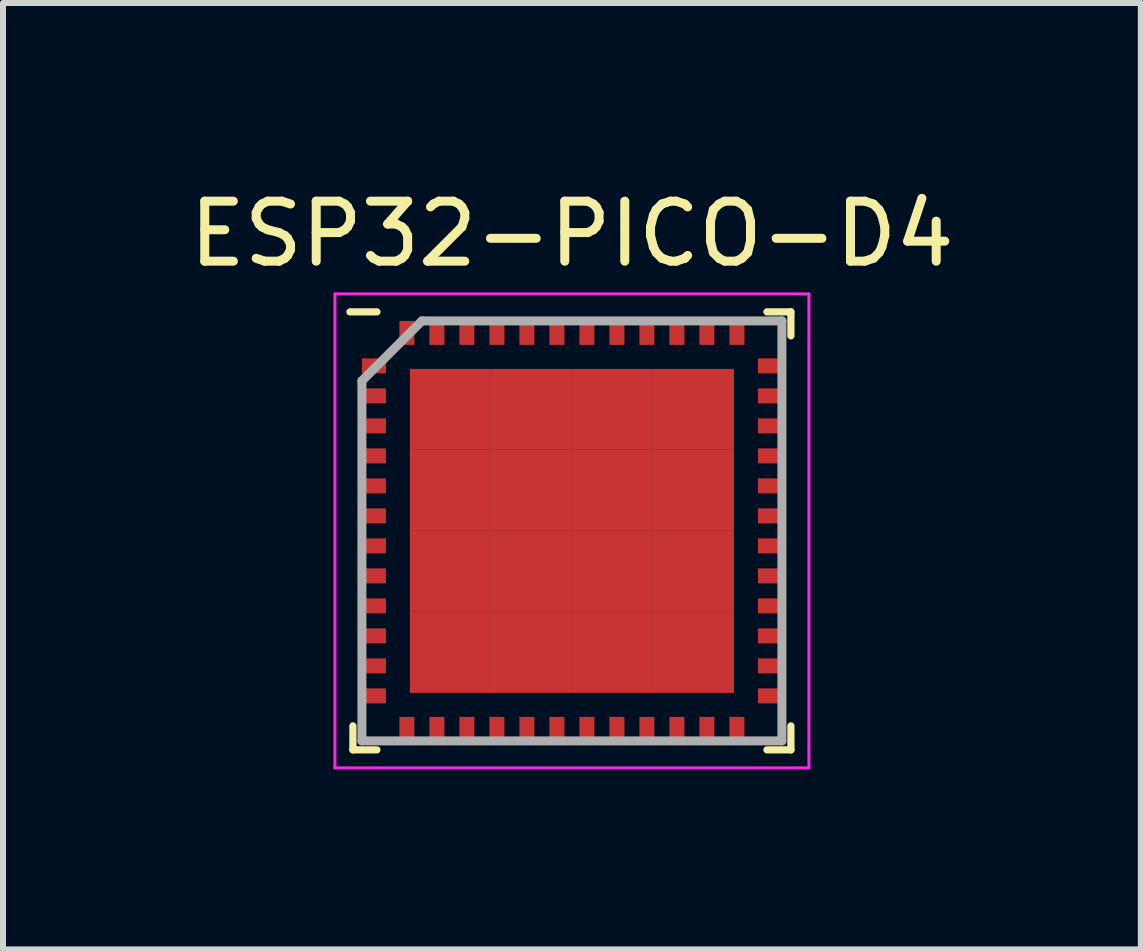
<source format=kicad_pcb>
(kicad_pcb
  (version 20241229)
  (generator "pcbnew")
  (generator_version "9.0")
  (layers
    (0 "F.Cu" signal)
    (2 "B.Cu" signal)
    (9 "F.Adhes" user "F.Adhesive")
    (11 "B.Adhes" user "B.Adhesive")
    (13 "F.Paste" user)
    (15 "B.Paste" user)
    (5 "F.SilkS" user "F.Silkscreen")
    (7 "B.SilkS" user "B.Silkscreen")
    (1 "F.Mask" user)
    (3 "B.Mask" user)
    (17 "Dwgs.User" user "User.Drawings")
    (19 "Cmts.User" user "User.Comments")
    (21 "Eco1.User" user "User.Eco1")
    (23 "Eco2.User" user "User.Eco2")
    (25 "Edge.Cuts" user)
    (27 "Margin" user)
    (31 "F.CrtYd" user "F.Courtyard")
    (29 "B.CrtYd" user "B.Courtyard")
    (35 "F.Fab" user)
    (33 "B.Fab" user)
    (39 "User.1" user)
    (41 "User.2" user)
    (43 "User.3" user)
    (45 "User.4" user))
  (footprint "ESP32-PICO-D4"
    (layer "F.Cu")
    (at 6.482 5.798)
    (property "Reference" "ESP32-PICO-D4" (at 0 -4.95 0) (layer "F.SilkS") (effects (font (size 1 1) (thickness 0.15))))
    (attr smd)
    (fp_line (start -3.65 3.65) (end -3.65 3.25) (stroke (width 0.12) (type solid)) (layer "F.SilkS"))
    (fp_line (start -3.25 -3.65) (end -3.7 -3.65) (stroke (width 0.12) (type solid)) (layer "F.SilkS"))
    (fp_line (start -3.25 3.65) (end -3.65 3.65) (stroke (width 0.12) (type solid)) (layer "F.SilkS"))
    (fp_line (start 3.25 -3.65) (end 3.65 -3.65) (stroke (width 0.12) (type solid)) (layer "F.SilkS"))
    (fp_line (start 3.25 3.65) (end 3.65 3.65) (stroke (width 0.12) (type solid)) (layer "F.SilkS"))
    (fp_line (start 3.65 -3.65) (end 3.65 -3.25) (stroke (width 0.12) (type solid)) (layer "F.SilkS"))
    (fp_line (start 3.65 3.65) (end 3.65 3.25) (stroke (width 0.12) (type solid)) (layer "F.SilkS"))
    (fp_line (start -3.95 -3.95) (end 3.95 -3.95) (stroke (width 0.05) (type solid)) (layer "F.CrtYd"))
    (fp_line (start -3.95 3.95) (end -3.95 -3.95) (stroke (width 0.05) (type solid)) (layer "F.CrtYd"))
    (fp_line (start 3.95 -3.95) (end 3.95 3.95) (stroke (width 0.05) (type solid)) (layer "F.CrtYd"))
    (fp_line (start 3.95 3.95) (end -3.95 3.95) (stroke (width 0.05) (type solid)) (layer "F.CrtYd"))
    (fp_line (start -3.5 -2.5) (end -3.5 3.5) (stroke (width 0.15) (type solid)) (layer "F.Fab"))
    (fp_line (start -3.5 3.5) (end 3.5 3.5) (stroke (width 0.15) (type solid)) (layer "F.Fab"))
    (fp_line (start -2.5 -3.5) (end -3.5 -2.5) (stroke (width 0.15) (type solid)) (layer "F.Fab"))
    (fp_line (start 3.5 -3.5) (end -2.5 -3.5) (stroke (width 0.15) (type solid)) (layer "F.Fab"))
    (fp_line (start 3.5 3.5) (end 3.5 -3.5) (stroke (width 0.15) (type solid)) (layer "F.Fab"))
    (pad "1" smd rect (at -3.3 -2.75 90) (size 0.25 0.4) (layers "F.Cu" "F.Mask" "F.Paste"))
    (pad "2" smd rect (at -3.3 -2.25 90) (size 0.25 0.4) (layers "F.Cu" "F.Mask" "F.Paste"))
    (pad "3" smd rect (at -3.3 -1.75 90) (size 0.25 0.4) (layers "F.Cu" "F.Mask" "F.Paste"))
    (pad "4" smd rect (at -3.3 -1.25 90) (size 0.25 0.4) (layers "F.Cu" "F.Mask" "F.Paste"))
    (pad "5" smd rect (at -3.3 -0.75 90) (size 0.25 0.4) (layers "F.Cu" "F.Mask" "F.Paste"))
    (pad "6" smd rect (at -3.3 -0.25 90) (size 0.25 0.4) (layers "F.Cu" "F.Mask" "F.Paste"))
    (pad "7" smd rect (at -3.3 0.25 90) (size 0.25 0.4) (layers "F.Cu" "F.Mask" "F.Paste"))
    (pad "8" smd rect (at -3.3 0.75 90) (size 0.25 0.4) (layers "F.Cu" "F.Mask" "F.Paste"))
    (pad "9" smd rect (at -3.3 1.25 90) (size 0.25 0.4) (layers "F.Cu" "F.Mask" "F.Paste"))
    (pad "10" smd rect (at -3.3 1.75 90) (size 0.25 0.4) (layers "F.Cu" "F.Mask" "F.Paste"))
    (pad "11" smd rect (at -3.3 2.25 90) (size 0.25 0.4) (layers "F.Cu" "F.Mask" "F.Paste"))
    (pad "12" smd rect (at -3.3 2.75 90) (size 0.25 0.4) (layers "F.Cu" "F.Mask" "F.Paste"))
    (pad "13" smd rect (at -2.75 3.3) (size 0.25 0.4) (layers "F.Cu" "F.Mask" "F.Paste"))
    (pad "14" smd rect (at -2.25 3.3) (size 0.25 0.4) (layers "F.Cu" "F.Mask" "F.Paste"))
    (pad "15" smd rect (at -1.75 3.3) (size 0.25 0.4) (layers "F.Cu" "F.Mask" "F.Paste"))
    (pad "16" smd rect (at -1.25 3.3) (size 0.25 0.4) (layers "F.Cu" "F.Mask" "F.Paste"))
    (pad "17" smd rect (at -0.75 3.3) (size 0.25 0.4) (layers "F.Cu" "F.Mask" "F.Paste"))
    (pad "18" smd rect (at -0.25 3.3) (size 0.25 0.4) (layers "F.Cu" "F.Mask" "F.Paste"))
    (pad "19" smd rect (at 0.25 3.3) (size 0.25 0.4) (layers "F.Cu" "F.Mask" "F.Paste"))
    (pad "20" smd rect (at 0.75 3.3) (size 0.25 0.4) (layers "F.Cu" "F.Mask" "F.Paste"))
    (pad "21" smd rect (at 1.25 3.3) (size 0.25 0.4) (layers "F.Cu" "F.Mask" "F.Paste"))
    (pad "22" smd rect (at 1.75 3.3) (size 0.25 0.4) (layers "F.Cu" "F.Mask" "F.Paste"))
    (pad "23" smd rect (at 2.25 3.3) (size 0.25 0.4) (layers "F.Cu" "F.Mask" "F.Paste"))
    (pad "24" smd rect (at 2.75 3.3) (size 0.25 0.4) (layers "F.Cu" "F.Mask" "F.Paste"))
    (pad "25" smd rect (at 3.3 2.75 90) (size 0.25 0.4) (layers "F.Cu" "F.Mask" "F.Paste"))
    (pad "26" smd rect (at 3.3 2.25 90) (size 0.25 0.4) (layers "F.Cu" "F.Mask" "F.Paste"))
    (pad "27" smd rect (at 3.3 1.75 90) (size 0.25 0.4) (layers "F.Cu" "F.Mask" "F.Paste"))
    (pad "28" smd rect (at 3.3 1.25 90) (size 0.25 0.4) (layers "F.Cu" "F.Mask" "F.Paste"))
    (pad "29" smd rect (at 3.3 0.75 90) (size 0.25 0.4) (layers "F.Cu" "F.Mask" "F.Paste"))
    (pad "30" smd rect (at 3.3 0.25 90) (size 0.25 0.4) (layers "F.Cu" "F.Mask" "F.Paste"))
    (pad "31" smd rect (at 3.3 -0.25 90) (size 0.25 0.4) (layers "F.Cu" "F.Mask" "F.Paste"))
    (pad "32" smd rect (at 3.3 -0.75 90) (size 0.25 0.4) (layers "F.Cu" "F.Mask" "F.Paste"))
    (pad "33" smd rect (at 3.3 -1.25 90) (size 0.25 0.4) (layers "F.Cu" "F.Mask" "F.Paste"))
    (pad "34" smd rect (at 3.3 -1.75 90) (size 0.25 0.4) (layers "F.Cu" "F.Mask" "F.Paste"))
    (pad "35" smd rect (at 3.3 -2.25 90) (size 0.25 0.4) (layers "F.Cu" "F.Mask" "F.Paste"))
    (pad "36" smd rect (at 3.3 -2.75 90) (size 0.25 0.4) (layers "F.Cu" "F.Mask" "F.Paste"))
    (pad "37" smd rect (at 2.75 -3.3) (size 0.25 0.4) (layers "F.Cu" "F.Mask" "F.Paste"))
    (pad "38" smd rect (at 2.25 -3.3) (size 0.25 0.4) (layers "F.Cu" "F.Mask" "F.Paste"))
    (pad "39" smd rect (at 1.75 -3.3) (size 0.25 0.4) (layers "F.Cu" "F.Mask" "F.Paste"))
    (pad "40" smd rect (at 1.25 -3.3) (size 0.25 0.4) (layers "F.Cu" "F.Mask" "F.Paste"))
    (pad "41" smd rect (at 0.75 -3.3) (size 0.25 0.4) (layers "F.Cu" "F.Mask" "F.Paste"))
    (pad "42" smd rect (at 0.25 -3.3) (size 0.25 0.4) (layers "F.Cu" "F.Mask" "F.Paste"))
    (pad "43" smd rect (at -0.25 -3.3) (size 0.25 0.4) (layers "F.Cu" "F.Mask" "F.Paste"))
    (pad "44" smd rect (at -0.75 -3.3) (size 0.25 0.4) (layers "F.Cu" "F.Mask" "F.Paste"))
    (pad "45" smd rect (at -1.25 -3.3) (size 0.25 0.4) (layers "F.Cu" "F.Mask" "F.Paste"))
    (pad "46" smd rect (at -1.75 -3.3) (size 0.25 0.4) (layers "F.Cu" "F.Mask" "F.Paste"))
    (pad "47" smd rect (at -2.25 -3.3) (size 0.25 0.4) (layers "F.Cu" "F.Mask" "F.Paste"))
    (pad "48" smd rect (at -2.75 -3.3) (size 0.25 0.4) (layers "F.Cu" "F.Mask" "F.Paste"))
    (pad "49" smd rect (at -2.025 -2.025) (size 1.35 1.35) (layers "F.Cu" "F.Mask" "F.Paste"))
    (pad "49" smd rect (at -2.025 -0.675) (size 1.35 1.35) (layers "F.Cu" "F.Mask" "F.Paste"))
    (pad "49" smd rect (at -2.025 0.675) (size 1.35 1.35) (layers "F.Cu" "F.Mask" "F.Paste"))
    (pad "49" smd rect (at -2.025 2.025) (size 1.35 1.35) (layers "F.Cu" "F.Mask" "F.Paste"))
    (pad "49" smd rect (at -0.675 -2.025) (size 1.35 1.35) (layers "F.Cu" "F.Mask" "F.Paste"))
    (pad "49" smd rect (at -0.675 -0.675) (size 1.35 1.35) (layers "F.Cu" "F.Mask" "F.Paste"))
    (pad "49" smd rect (at -0.675 0.675) (size 1.35 1.35) (layers "F.Cu" "F.Mask" "F.Paste"))
    (pad "49" smd rect (at -0.675 2.025) (size 1.35 1.35) (layers "F.Cu" "F.Mask" "F.Paste"))
    (pad "49" smd rect (at 0.675 -2.025) (size 1.35 1.35) (layers "F.Cu" "F.Mask" "F.Paste"))
    (pad "49" smd rect (at 0.675 -0.675) (size 1.35 1.35) (layers "F.Cu" "F.Mask" "F.Paste"))
    (pad "49" smd rect (at 0.675 0.675) (size 1.35 1.35) (layers "F.Cu" "F.Mask" "F.Paste"))
    (pad "49" smd rect (at 0.675 2.025) (size 1.35 1.35) (layers "F.Cu" "F.Mask" "F.Paste"))
    (pad "49" smd rect (at 2.025 -2.025) (size 1.35 1.35) (layers "F.Cu" "F.Mask" "F.Paste"))
    (pad "49" smd rect (at 2.025 -0.675) (size 1.35 1.35) (layers "F.Cu" "F.Mask" "F.Paste"))
    (pad "49" smd rect (at 2.025 0.675) (size 1.35 1.35) (layers "F.Cu" "F.Mask" "F.Paste"))
    (pad "49" smd rect (at 2.025 2.025) (size 1.35 1.35) (layers "F.Cu" "F.Mask" "F.Paste")))
  (gr_rect
    (start -3 -3)
    (end 15.964 12.773)
    (stroke (width 0.1) (type default))
    (fill no)
    (layer "Edge.Cuts")))
</source>
